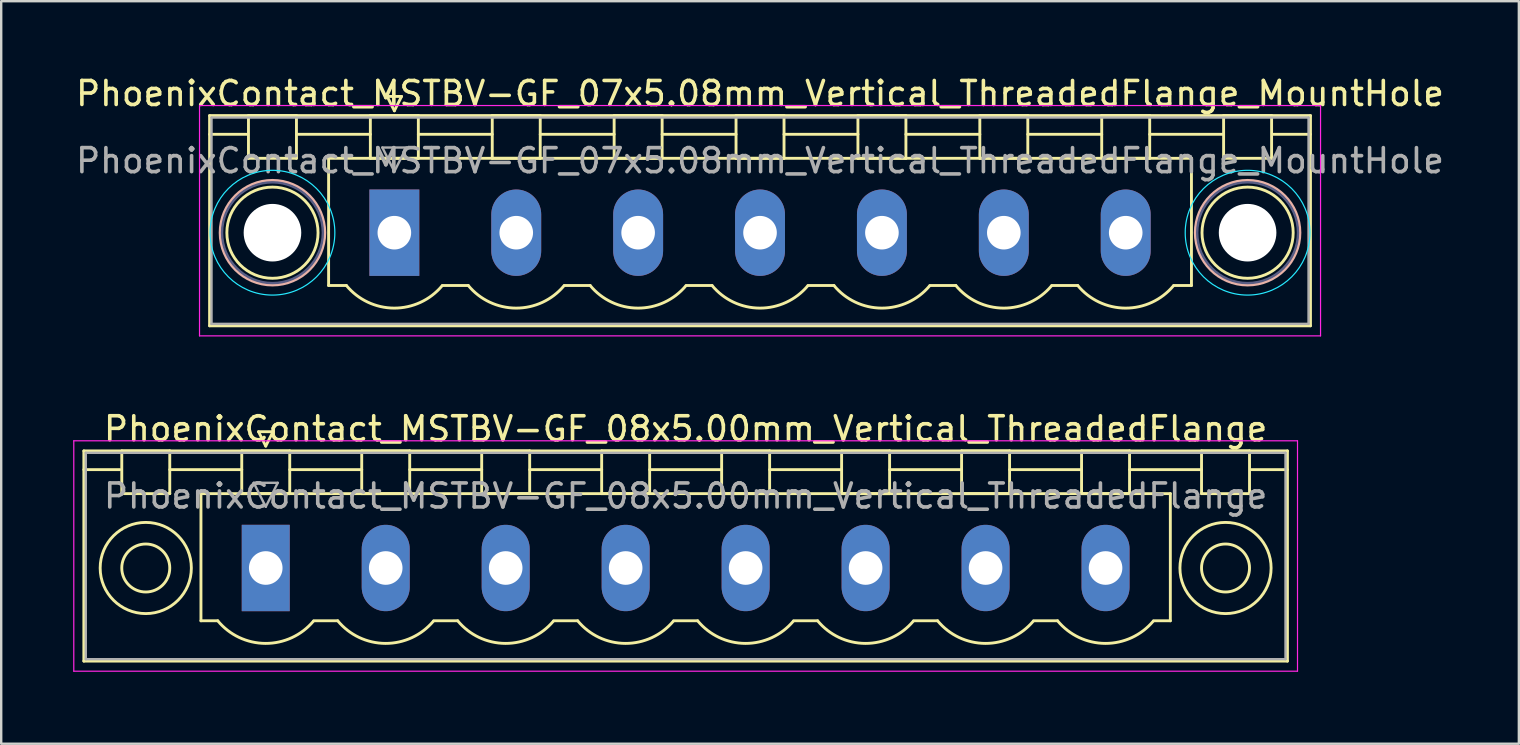
<source format=kicad_pcb>
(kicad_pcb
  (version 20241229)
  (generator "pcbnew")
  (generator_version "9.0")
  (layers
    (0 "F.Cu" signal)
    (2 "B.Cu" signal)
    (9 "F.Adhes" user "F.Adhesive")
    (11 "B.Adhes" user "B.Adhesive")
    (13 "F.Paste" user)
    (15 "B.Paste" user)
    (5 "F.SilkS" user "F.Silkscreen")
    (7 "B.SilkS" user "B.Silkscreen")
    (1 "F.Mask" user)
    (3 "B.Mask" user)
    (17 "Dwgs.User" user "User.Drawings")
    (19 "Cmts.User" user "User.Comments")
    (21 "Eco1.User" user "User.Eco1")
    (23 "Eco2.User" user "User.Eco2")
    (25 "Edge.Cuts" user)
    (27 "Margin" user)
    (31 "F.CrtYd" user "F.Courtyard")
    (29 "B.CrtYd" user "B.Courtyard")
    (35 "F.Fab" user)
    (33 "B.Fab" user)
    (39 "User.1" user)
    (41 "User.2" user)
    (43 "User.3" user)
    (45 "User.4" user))
  (footprint "PhoenixContact_MSTBV-GF_08x5.00mm_Vertical_ThreadedFlange"
    (layer "F.Cu")
    (at 8.025 20.622)
    (property "Reference" "PhoenixContact_MSTBV-GF_08x5.00mm_Vertical_ThreadedFlange" (at 17.5 -5.8 0) (layer "F.SilkS") (effects (font (size 1 1) (thickness 0.15))))
    (attr through_hole)
    (fp_line (start -7.58 -4.88) (end -7.58 3.88) (stroke (width 0.12) (type solid)) (layer "F.SilkS"))
    (fp_line (start -7.58 -4.1) (end -6.08 -4.1) (stroke (width 0.12) (type solid)) (layer "F.SilkS"))
    (fp_line (start -7.58 3.88) (end 42.58 3.88) (stroke (width 0.12) (type solid)) (layer "F.SilkS"))
    (fp_line (start -6 -4.88) (end -4 -4.88) (stroke (width 0.12) (type solid)) (layer "F.SilkS"))
    (fp_line (start -6 -3.1) (end -6 -4.88) (stroke (width 0.12) (type solid)) (layer "F.SilkS"))
    (fp_line (start -4 -4.88) (end -4 -3.1) (stroke (width 0.12) (type solid)) (layer "F.SilkS"))
    (fp_line (start -4 -4.1) (end -1 -4.1) (stroke (width 0.12) (type solid)) (layer "F.SilkS"))
    (fp_line (start -4 -3.1) (end -6 -3.1) (stroke (width 0.12) (type solid)) (layer "F.SilkS"))
    (fp_line (start -2.7 -3.1) (end 37.7 -3.1) (stroke (width 0.12) (type solid)) (layer "F.SilkS"))
    (fp_line (start -2.7 2.2) (end -2.7 -3.1) (stroke (width 0.12) (type solid)) (layer "F.SilkS"))
    (fp_line (start -2 2.2) (end -2.7 2.2) (stroke (width 0.12) (type solid)) (layer "F.SilkS"))
    (fp_line (start -1 -4.88) (end 1 -4.88) (stroke (width 0.12) (type solid)) (layer "F.SilkS"))
    (fp_line (start -1 -3.1) (end -1 -4.88) (stroke (width 0.12) (type solid)) (layer "F.SilkS"))
    (fp_line (start -0.3 -5.68) (end 0.3 -5.68) (stroke (width 0.12) (type solid)) (layer "F.SilkS"))
    (fp_line (start 0 -5.08) (end -0.3 -5.68) (stroke (width 0.12) (type solid)) (layer "F.SilkS"))
    (fp_line (start 0.3 -5.68) (end 0 -5.08) (stroke (width 0.12) (type solid)) (layer "F.SilkS"))
    (fp_line (start 1 -4.88) (end 1 -3.1) (stroke (width 0.12) (type solid)) (layer "F.SilkS"))
    (fp_line (start 1 -4.1) (end 4 -4.1) (stroke (width 0.12) (type solid)) (layer "F.SilkS"))
    (fp_line (start 1 -3.1) (end -1 -3.1) (stroke (width 0.12) (type solid)) (layer "F.SilkS"))
    (fp_line (start 2 2.2) (end 3 2.2) (stroke (width 0.12) (type solid)) (layer "F.SilkS"))
    (fp_line (start 4 -4.88) (end 6 -4.88) (stroke (width 0.12) (type solid)) (layer "F.SilkS"))
    (fp_line (start 4 -3.1) (end 4 -4.88) (stroke (width 0.12) (type solid)) (layer "F.SilkS"))
    (fp_line (start 6 -4.88) (end 6 -3.1) (stroke (width 0.12) (type solid)) (layer "F.SilkS"))
    (fp_line (start 6 -4.1) (end 9 -4.1) (stroke (width 0.12) (type solid)) (layer "F.SilkS"))
    (fp_line (start 6 -3.1) (end 4 -3.1) (stroke (width 0.12) (type solid)) (layer "F.SilkS"))
    (fp_line (start 7 2.2) (end 8 2.2) (stroke (width 0.12) (type solid)) (layer "F.SilkS"))
    (fp_line (start 9 -4.88) (end 11 -4.88) (stroke (width 0.12) (type solid)) (layer "F.SilkS"))
    (fp_line (start 9 -3.1) (end 9 -4.88) (stroke (width 0.12) (type solid)) (layer "F.SilkS"))
    (fp_line (start 11 -4.88) (end 11 -3.1) (stroke (width 0.12) (type solid)) (layer "F.SilkS"))
    (fp_line (start 11 -4.1) (end 14 -4.1) (stroke (width 0.12) (type solid)) (layer "F.SilkS"))
    (fp_line (start 11 -3.1) (end 9 -3.1) (stroke (width 0.12) (type solid)) (layer "F.SilkS"))
    (fp_line (start 12 2.2) (end 13 2.2) (stroke (width 0.12) (type solid)) (layer "F.SilkS"))
    (fp_line (start 14 -4.88) (end 16 -4.88) (stroke (width 0.12) (type solid)) (layer "F.SilkS"))
    (fp_line (start 14 -3.1) (end 14 -4.88) (stroke (width 0.12) (type solid)) (layer "F.SilkS"))
    (fp_line (start 16 -4.88) (end 16 -3.1) (stroke (width 0.12) (type solid)) (layer "F.SilkS"))
    (fp_line (start 16 -4.1) (end 19 -4.1) (stroke (width 0.12) (type solid)) (layer "F.SilkS"))
    (fp_line (start 16 -3.1) (end 14 -3.1) (stroke (width 0.12) (type solid)) (layer "F.SilkS"))
    (fp_line (start 17 2.2) (end 18 2.2) (stroke (width 0.12) (type solid)) (layer "F.SilkS"))
    (fp_line (start 19 -4.88) (end 21 -4.88) (stroke (width 0.12) (type solid)) (layer "F.SilkS"))
    (fp_line (start 19 -3.1) (end 19 -4.88) (stroke (width 0.12) (type solid)) (layer "F.SilkS"))
    (fp_line (start 21 -4.88) (end 21 -3.1) (stroke (width 0.12) (type solid)) (layer "F.SilkS"))
    (fp_line (start 21 -4.1) (end 24 -4.1) (stroke (width 0.12) (type solid)) (layer "F.SilkS"))
    (fp_line (start 21 -3.1) (end 19 -3.1) (stroke (width 0.12) (type solid)) (layer "F.SilkS"))
    (fp_line (start 22 2.2) (end 23 2.2) (stroke (width 0.12) (type solid)) (layer "F.SilkS"))
    (fp_line (start 24 -4.88) (end 26 -4.88) (stroke (width 0.12) (type solid)) (layer "F.SilkS"))
    (fp_line (start 24 -3.1) (end 24 -4.88) (stroke (width 0.12) (type solid)) (layer "F.SilkS"))
    (fp_line (start 26 -4.88) (end 26 -3.1) (stroke (width 0.12) (type solid)) (layer "F.SilkS"))
    (fp_line (start 26 -4.1) (end 29 -4.1) (stroke (width 0.12) (type solid)) (layer "F.SilkS"))
    (fp_line (start 26 -3.1) (end 24 -3.1) (stroke (width 0.12) (type solid)) (layer "F.SilkS"))
    (fp_line (start 27 2.2) (end 28 2.2) (stroke (width 0.12) (type solid)) (layer "F.SilkS"))
    (fp_line (start 29 -4.88) (end 31 -4.88) (stroke (width 0.12) (type solid)) (layer "F.SilkS"))
    (fp_line (start 29 -3.1) (end 29 -4.88) (stroke (width 0.12) (type solid)) (layer "F.SilkS"))
    (fp_line (start 31 -4.88) (end 31 -3.1) (stroke (width 0.12) (type solid)) (layer "F.SilkS"))
    (fp_line (start 31 -4.1) (end 34 -4.1) (stroke (width 0.12) (type solid)) (layer "F.SilkS"))
    (fp_line (start 31 -3.1) (end 29 -3.1) (stroke (width 0.12) (type solid)) (layer "F.SilkS"))
    (fp_line (start 32 2.2) (end 33 2.2) (stroke (width 0.12) (type solid)) (layer "F.SilkS"))
    (fp_line (start 34 -4.88) (end 36 -4.88) (stroke (width 0.12) (type solid)) (layer "F.SilkS"))
    (fp_line (start 34 -3.1) (end 34 -4.88) (stroke (width 0.12) (type solid)) (layer "F.SilkS"))
    (fp_line (start 36 -4.88) (end 36 -3.1) (stroke (width 0.12) (type solid)) (layer "F.SilkS"))
    (fp_line (start 36 -4.1) (end 39 -4.1) (stroke (width 0.12) (type solid)) (layer "F.SilkS"))
    (fp_line (start 36 -3.1) (end 34 -3.1) (stroke (width 0.12) (type solid)) (layer "F.SilkS"))
    (fp_line (start 37.7 -3.1) (end 37.7 2.2) (stroke (width 0.12) (type solid)) (layer "F.SilkS"))
    (fp_line (start 37.7 2.2) (end 37 2.2) (stroke (width 0.12) (type solid)) (layer "F.SilkS"))
    (fp_line (start 39 -4.88) (end 41 -4.88) (stroke (width 0.12) (type solid)) (layer "F.SilkS"))
    (fp_line (start 39 -3.1) (end 39 -4.88) (stroke (width 0.12) (type solid)) (layer "F.SilkS"))
    (fp_line (start 41 -4.88) (end 41 -3.1) (stroke (width 0.12) (type solid)) (layer "F.SilkS"))
    (fp_line (start 41 -3.1) (end 39 -3.1) (stroke (width 0.12) (type solid)) (layer "F.SilkS"))
    (fp_line (start 42.58 -4.88) (end -7.58 -4.88) (stroke (width 0.12) (type solid)) (layer "F.SilkS"))
    (fp_line (start 42.58 -4.1) (end 41.08 -4.1) (stroke (width 0.12) (type solid)) (layer "F.SilkS"))
    (fp_line (start 42.58 3.88) (end 42.58 -4.88) (stroke (width 0.12) (type solid)) (layer "F.SilkS"))
    (fp_arc (start 1.986842 2.215821) (mid -0.010289 3.142758) (end -2 2.2) (stroke (width 0.12) (type solid)) (layer "F.SilkS"))
    (fp_arc (start 6.986842 2.215821) (mid 4.989711 3.142758) (end 3 2.2) (stroke (width 0.12) (type solid)) (layer "F.SilkS"))
    (fp_arc (start 11.986842 2.215821) (mid 9.989711 3.142758) (end 8 2.2) (stroke (width 0.12) (type solid)) (layer "F.SilkS"))
    (fp_arc (start 16.986842 2.215821) (mid 14.989711 3.142758) (end 13 2.2) (stroke (width 0.12) (type solid)) (layer "F.SilkS"))
    (fp_arc (start 21.986842 2.215821) (mid 19.989711 3.142758) (end 18 2.2) (stroke (width 0.12) (type solid)) (layer "F.SilkS"))
    (fp_arc (start 26.986842 2.215821) (mid 24.989711 3.142758) (end 23 2.2) (stroke (width 0.12) (type solid)) (layer "F.SilkS"))
    (fp_arc (start 31.986842 2.215821) (mid 29.989711 3.142758) (end 28 2.2) (stroke (width 0.12) (type solid)) (layer "F.SilkS"))
    (fp_arc (start 36.986842 2.215821) (mid 34.989711 3.142758) (end 33 2.2) (stroke (width 0.12) (type solid)) (layer "F.SilkS"))
    (fp_circle (center -5 0) (end -4 0) (stroke (width 0.12) (type solid)) (fill no) (layer "F.SilkS"))
    (fp_circle (center -5 0) (end -3.1 0) (stroke (width 0.12) (type solid)) (fill no) (layer "F.SilkS"))
    (fp_circle (center 40 0) (end 41 0) (stroke (width 0.12) (type solid)) (fill no) (layer "F.SilkS"))
    (fp_circle (center 40 0) (end 41.9 0) (stroke (width 0.12) (type solid)) (fill no) (layer "F.SilkS"))
    (fp_line (start -8 -5.3) (end -8 4.3) (stroke (width 0.05) (type solid)) (layer "F.CrtYd"))
    (fp_line (start -8 4.3) (end 43 4.3) (stroke (width 0.05) (type solid)) (layer "F.CrtYd"))
    (fp_line (start 43 -5.3) (end -8 -5.3) (stroke (width 0.05) (type solid)) (layer "F.CrtYd"))
    (fp_line (start 43 4.3) (end 43 -5.3) (stroke (width 0.05) (type solid)) (layer "F.CrtYd"))
    (fp_line (start -7.5 -4.8) (end -7.5 3.8) (stroke (width 0.1) (type solid)) (layer "F.Fab"))
    (fp_line (start -7.5 3.8) (end 42.5 3.8) (stroke (width 0.1) (type solid)) (layer "F.Fab"))
    (fp_line (start -0.5 -3.55) (end 0.5 -3.55) (stroke (width 0.1) (type solid)) (layer "F.Fab"))
    (fp_line (start 0 -2.55) (end -0.5 -3.55) (stroke (width 0.1) (type solid)) (layer "F.Fab"))
    (fp_line (start 0.5 -3.55) (end 0 -2.55) (stroke (width 0.1) (type solid)) (layer "F.Fab"))
    (fp_line (start 42.5 -4.8) (end -7.5 -4.8) (stroke (width 0.1) (type solid)) (layer "F.Fab"))
    (fp_line (start 42.5 3.8) (end 42.5 -4.8) (stroke (width 0.1) (type solid)) (layer "F.Fab"))
    (fp_text user "${REFERENCE}" (at 17.5 -3 0) (layer "F.Fab") (effects (font (size 1 1) (thickness 0.15))))
    (pad "1" thru_hole rect (at 0 0) (size 2 3.6) (drill 1.4) (layers "*.Cu" "*.Mask"))
    (pad "2" thru_hole oval (at 5 0) (size 2 3.6) (drill 1.4) (layers "*.Cu" "*.Mask"))
    (pad "3" thru_hole oval (at 10 0) (size 2 3.6) (drill 1.4) (layers "*.Cu" "*.Mask"))
    (pad "4" thru_hole oval (at 15 0) (size 2 3.6) (drill 1.4) (layers "*.Cu" "*.Mask"))
    (pad "5" thru_hole oval (at 20 0) (size 2 3.6) (drill 1.4) (layers "*.Cu" "*.Mask"))
    (pad "6" thru_hole oval (at 25 0) (size 2 3.6) (drill 1.4) (layers "*.Cu" "*.Mask"))
    (pad "7" thru_hole oval (at 30 0) (size 2 3.6) (drill 1.4) (layers "*.Cu" "*.Mask"))
    (pad "8" thru_hole oval (at 35 0) (size 2 3.6) (drill 1.4) (layers "*.Cu" "*.Mask")))
  (footprint "PhoenixContact_MSTBV-GF_07x5.08mm_Vertical_ThreadedFlange_MountHole"
    (layer "F.Cu")
    (at 13.385 6.648)
    (property "Reference" "PhoenixContact_MSTBV-GF_07x5.08mm_Vertical_ThreadedFlange_MountHole" (at 15.24 -5.8 0) (layer "F.SilkS") (effects (font (size 1 1) (thickness 0.15))))
    (attr through_hole)
    (fp_line (start -7.7 -4.88) (end -7.7 3.88) (stroke (width 0.12) (type solid)) (layer "F.SilkS"))
    (fp_line (start -7.7 -4.1) (end -6.16 -4.1) (stroke (width 0.12) (type solid)) (layer "F.SilkS"))
    (fp_line (start -7.7 3.88) (end 38.18 3.88) (stroke (width 0.12) (type solid)) (layer "F.SilkS"))
    (fp_line (start -6.08 -4.88) (end -4.08 -4.88) (stroke (width 0.12) (type solid)) (layer "F.SilkS"))
    (fp_line (start -6.08 -3.1) (end -6.08 -4.88) (stroke (width 0.12) (type solid)) (layer "F.SilkS"))
    (fp_line (start -4.08 -4.88) (end -4.08 -3.1) (stroke (width 0.12) (type solid)) (layer "F.SilkS"))
    (fp_line (start -4.08 -4.1) (end -1 -4.1) (stroke (width 0.12) (type solid)) (layer "F.SilkS"))
    (fp_line (start -4.08 -3.1) (end -6.08 -3.1) (stroke (width 0.12) (type solid)) (layer "F.SilkS"))
    (fp_line (start -2.74 -3.1) (end 33.22 -3.1) (stroke (width 0.12) (type solid)) (layer "F.SilkS"))
    (fp_line (start -2.74 2.2) (end -2.74 -3.1) (stroke (width 0.12) (type solid)) (layer "F.SilkS"))
    (fp_line (start -2 2.2) (end -2.74 2.2) (stroke (width 0.12) (type solid)) (layer "F.SilkS"))
    (fp_line (start -1 -4.88) (end 1 -4.88) (stroke (width 0.12) (type solid)) (layer "F.SilkS"))
    (fp_line (start -1 -3.1) (end -1 -4.88) (stroke (width 0.12) (type solid)) (layer "F.SilkS"))
    (fp_line (start -0.3 -5.68) (end 0.3 -5.68) (stroke (width 0.12) (type solid)) (layer "F.SilkS"))
    (fp_line (start 0 -5.08) (end -0.3 -5.68) (stroke (width 0.12) (type solid)) (layer "F.SilkS"))
    (fp_line (start 0.3 -5.68) (end 0 -5.08) (stroke (width 0.12) (type solid)) (layer "F.SilkS"))
    (fp_line (start 1 -4.88) (end 1 -3.1) (stroke (width 0.12) (type solid)) (layer "F.SilkS"))
    (fp_line (start 1 -4.1) (end 4.08 -4.1) (stroke (width 0.12) (type solid)) (layer "F.SilkS"))
    (fp_line (start 1 -3.1) (end -1 -3.1) (stroke (width 0.12) (type solid)) (layer "F.SilkS"))
    (fp_line (start 2 2.2) (end 3.08 2.2) (stroke (width 0.12) (type solid)) (layer "F.SilkS"))
    (fp_line (start 4.08 -4.88) (end 6.08 -4.88) (stroke (width 0.12) (type solid)) (layer "F.SilkS"))
    (fp_line (start 4.08 -3.1) (end 4.08 -4.88) (stroke (width 0.12) (type solid)) (layer "F.SilkS"))
    (fp_line (start 6.08 -4.88) (end 6.08 -3.1) (stroke (width 0.12) (type solid)) (layer "F.SilkS"))
    (fp_line (start 6.08 -4.1) (end 9.16 -4.1) (stroke (width 0.12) (type solid)) (layer "F.SilkS"))
    (fp_line (start 6.08 -3.1) (end 4.08 -3.1) (stroke (width 0.12) (type solid)) (layer "F.SilkS"))
    (fp_line (start 7.08 2.2) (end 8.16 2.2) (stroke (width 0.12) (type solid)) (layer "F.SilkS"))
    (fp_line (start 9.16 -4.88) (end 11.16 -4.88) (stroke (width 0.12) (type solid)) (layer "F.SilkS"))
    (fp_line (start 9.16 -3.1) (end 9.16 -4.88) (stroke (width 0.12) (type solid)) (layer "F.SilkS"))
    (fp_line (start 11.16 -4.88) (end 11.16 -3.1) (stroke (width 0.12) (type solid)) (layer "F.SilkS"))
    (fp_line (start 11.16 -4.1) (end 14.24 -4.1) (stroke (width 0.12) (type solid)) (layer "F.SilkS"))
    (fp_line (start 11.16 -3.1) (end 9.16 -3.1) (stroke (width 0.12) (type solid)) (layer "F.SilkS"))
    (fp_line (start 12.16 2.2) (end 13.24 2.2) (stroke (width 0.12) (type solid)) (layer "F.SilkS"))
    (fp_line (start 14.24 -4.88) (end 16.24 -4.88) (stroke (width 0.12) (type solid)) (layer "F.SilkS"))
    (fp_line (start 14.24 -3.1) (end 14.24 -4.88) (stroke (width 0.12) (type solid)) (layer "F.SilkS"))
    (fp_line (start 16.24 -4.88) (end 16.24 -3.1) (stroke (width 0.12) (type solid)) (layer "F.SilkS"))
    (fp_line (start 16.24 -4.1) (end 19.32 -4.1) (stroke (width 0.12) (type solid)) (layer "F.SilkS"))
    (fp_line (start 16.24 -3.1) (end 14.24 -3.1) (stroke (width 0.12) (type solid)) (layer "F.SilkS"))
    (fp_line (start 17.24 2.2) (end 18.32 2.2) (stroke (width 0.12) (type solid)) (layer "F.SilkS"))
    (fp_line (start 19.32 -4.88) (end 21.32 -4.88) (stroke (width 0.12) (type solid)) (layer "F.SilkS"))
    (fp_line (start 19.32 -3.1) (end 19.32 -4.88) (stroke (width 0.12) (type solid)) (layer "F.SilkS"))
    (fp_line (start 21.32 -4.88) (end 21.32 -3.1) (stroke (width 0.12) (type solid)) (layer "F.SilkS"))
    (fp_line (start 21.32 -4.1) (end 24.4 -4.1) (stroke (width 0.12) (type solid)) (layer "F.SilkS"))
    (fp_line (start 21.32 -3.1) (end 19.32 -3.1) (stroke (width 0.12) (type solid)) (layer "F.SilkS"))
    (fp_line (start 22.32 2.2) (end 23.4 2.2) (stroke (width 0.12) (type solid)) (layer "F.SilkS"))
    (fp_line (start 24.4 -4.88) (end 26.4 -4.88) (stroke (width 0.12) (type solid)) (layer "F.SilkS"))
    (fp_line (start 24.4 -3.1) (end 24.4 -4.88) (stroke (width 0.12) (type solid)) (layer "F.SilkS"))
    (fp_line (start 26.4 -4.88) (end 26.4 -3.1) (stroke (width 0.12) (type solid)) (layer "F.SilkS"))
    (fp_line (start 26.4 -4.1) (end 29.48 -4.1) (stroke (width 0.12) (type solid)) (layer "F.SilkS"))
    (fp_line (start 26.4 -3.1) (end 24.4 -3.1) (stroke (width 0.12) (type solid)) (layer "F.SilkS"))
    (fp_line (start 27.4 2.2) (end 28.48 2.2) (stroke (width 0.12) (type solid)) (layer "F.SilkS"))
    (fp_line (start 29.48 -4.88) (end 31.48 -4.88) (stroke (width 0.12) (type solid)) (layer "F.SilkS"))
    (fp_line (start 29.48 -3.1) (end 29.48 -4.88) (stroke (width 0.12) (type solid)) (layer "F.SilkS"))
    (fp_line (start 31.48 -4.88) (end 31.48 -3.1) (stroke (width 0.12) (type solid)) (layer "F.SilkS"))
    (fp_line (start 31.48 -4.1) (end 34.56 -4.1) (stroke (width 0.12) (type solid)) (layer "F.SilkS"))
    (fp_line (start 31.48 -3.1) (end 29.48 -3.1) (stroke (width 0.12) (type solid)) (layer "F.SilkS"))
    (fp_line (start 33.22 -3.1) (end 33.22 2.2) (stroke (width 0.12) (type solid)) (layer "F.SilkS"))
    (fp_line (start 33.22 2.2) (end 32.48 2.2) (stroke (width 0.12) (type solid)) (layer "F.SilkS"))
    (fp_line (start 34.56 -4.88) (end 36.56 -4.88) (stroke (width 0.12) (type solid)) (layer "F.SilkS"))
    (fp_line (start 34.56 -3.1) (end 34.56 -4.88) (stroke (width 0.12) (type solid)) (layer "F.SilkS"))
    (fp_line (start 36.56 -4.88) (end 36.56 -3.1) (stroke (width 0.12) (type solid)) (layer "F.SilkS"))
    (fp_line (start 36.56 -3.1) (end 34.56 -3.1) (stroke (width 0.12) (type solid)) (layer "F.SilkS"))
    (fp_line (start 38.18 -4.88) (end -7.7 -4.88) (stroke (width 0.12) (type solid)) (layer "F.SilkS"))
    (fp_line (start 38.18 -4.1) (end 36.64 -4.1) (stroke (width 0.12) (type solid)) (layer "F.SilkS"))
    (fp_line (start 38.18 3.88) (end 38.18 -4.88) (stroke (width 0.12) (type solid)) (layer "F.SilkS"))
    (fp_arc (start 1.986842 2.215821) (mid -0.010289 3.142758) (end -2 2.2) (stroke (width 0.12) (type solid)) (layer "F.SilkS"))
    (fp_arc (start 7.066842 2.215821) (mid 5.069711 3.142758) (end 3.08 2.2) (stroke (width 0.12) (type solid)) (layer "F.SilkS"))
    (fp_arc (start 12.146842 2.215821) (mid 10.149711 3.142758) (end 8.16 2.2) (stroke (width 0.12) (type solid)) (layer "F.SilkS"))
    (fp_arc (start 17.226842 2.215821) (mid 15.229711 3.142758) (end 13.24 2.2) (stroke (width 0.12) (type solid)) (layer "F.SilkS"))
    (fp_arc (start 22.306842 2.215821) (mid 20.309711 3.142758) (end 18.32 2.2) (stroke (width 0.12) (type solid)) (layer "F.SilkS"))
    (fp_arc (start 27.386842 2.215821) (mid 25.389711 3.142758) (end 23.4 2.2) (stroke (width 0.12) (type solid)) (layer "F.SilkS"))
    (fp_arc (start 32.466842 2.215821) (mid 30.469711 3.142758) (end 28.48 2.2) (stroke (width 0.12) (type solid)) (layer "F.SilkS"))
    (fp_circle (center -5.08 0) (end -3.18 0) (stroke (width 0.12) (type solid)) (fill no) (layer "F.SilkS"))
    (fp_circle (center 35.56 0) (end 37.46 0) (stroke (width 0.12) (type solid)) (fill no) (layer "F.SilkS"))
    (fp_circle (center -5.08 0) (end -2.9 0) (stroke (width 0.12) (type solid)) (fill no) (layer "B.SilkS"))
    (fp_circle (center 35.56 0) (end 37.74 0) (stroke (width 0.12) (type solid)) (fill no) (layer "B.SilkS"))
    (fp_circle (center -5.08 0) (end -2.48 0) (stroke (width 0.05) (type solid)) (fill no) (layer "B.CrtYd"))
    (fp_circle (center 35.56 0) (end 38.16 0) (stroke (width 0.05) (type solid)) (fill no) (layer "B.CrtYd"))
    (fp_line (start -8.12 -5.3) (end -8.12 4.3) (stroke (width 0.05) (type solid)) (layer "F.CrtYd"))
    (fp_line (start -8.12 4.3) (end 38.6 4.3) (stroke (width 0.05) (type solid)) (layer "F.CrtYd"))
    (fp_line (start 38.6 -5.3) (end -8.12 -5.3) (stroke (width 0.05) (type solid)) (layer "F.CrtYd"))
    (fp_line (start 38.6 4.3) (end 38.6 -5.3) (stroke (width 0.05) (type solid)) (layer "F.CrtYd"))
    (fp_circle (center -5.08 0) (end -2.98 0) (stroke (width 0.1) (type solid)) (fill no) (layer "B.Fab"))
    (fp_circle (center 35.56 0) (end 37.66 0) (stroke (width 0.1) (type solid)) (fill no) (layer "B.Fab"))
    (fp_line (start -7.62 -4.8) (end -7.62 3.8) (stroke (width 0.1) (type solid)) (layer "F.Fab"))
    (fp_line (start -7.62 3.8) (end 38.1 3.8) (stroke (width 0.1) (type solid)) (layer "F.Fab"))
    (fp_line (start -0.5 -3.55) (end 0.5 -3.55) (stroke (width 0.1) (type solid)) (layer "F.Fab"))
    (fp_line (start 0 -2.55) (end -0.5 -3.55) (stroke (width 0.1) (type solid)) (layer "F.Fab"))
    (fp_line (start 0.5 -3.55) (end 0 -2.55) (stroke (width 0.1) (type solid)) (layer "F.Fab"))
    (fp_line (start 38.1 -4.8) (end -7.62 -4.8) (stroke (width 0.1) (type solid)) (layer "F.Fab"))
    (fp_line (start 38.1 3.8) (end 38.1 -4.8) (stroke (width 0.1) (type solid)) (layer "F.Fab"))
    (fp_text user "${REFERENCE}" (at 15.24 -3 0) (layer "F.Fab") (effects (font (size 1 1) (thickness 0.15))))
    (pad "" np_thru_hole circle (at -5.08 0) (size 2.4 2.4) (drill 2.4) (layers "*.Cu" "*.Mask"))
    (pad "" np_thru_hole circle (at 35.56 0) (size 2.4 2.4) (drill 2.4) (layers "*.Cu" "*.Mask"))
    (pad "1" thru_hole rect (at 0 0) (size 2.08 3.6) (drill 1.4) (layers "*.Cu" "*.Mask"))
    (pad "2" thru_hole oval (at 5.08 0) (size 2.08 3.6) (drill 1.4) (layers "*.Cu" "*.Mask"))
    (pad "3" thru_hole oval (at 10.16 0) (size 2.08 3.6) (drill 1.4) (layers "*.Cu" "*.Mask"))
    (pad "4" thru_hole oval (at 15.24 0) (size 2.08 3.6) (drill 1.4) (layers "*.Cu" "*.Mask"))
    (pad "5" thru_hole oval (at 20.32 0) (size 2.08 3.6) (drill 1.4) (layers "*.Cu" "*.Mask"))
    (pad "6" thru_hole oval (at 25.4 0) (size 2.08 3.6) (drill 1.4) (layers "*.Cu" "*.Mask"))
    (pad "7" thru_hole oval (at 30.48 0) (size 2.08 3.6) (drill 1.4) (layers "*.Cu" "*.Mask")))
  (gr_rect
    (start -3 -3)
    (end 60.25 27.947)
    (stroke (width 0.1) (type default))
    (fill no)
    (layer "Edge.Cuts")))
</source>
